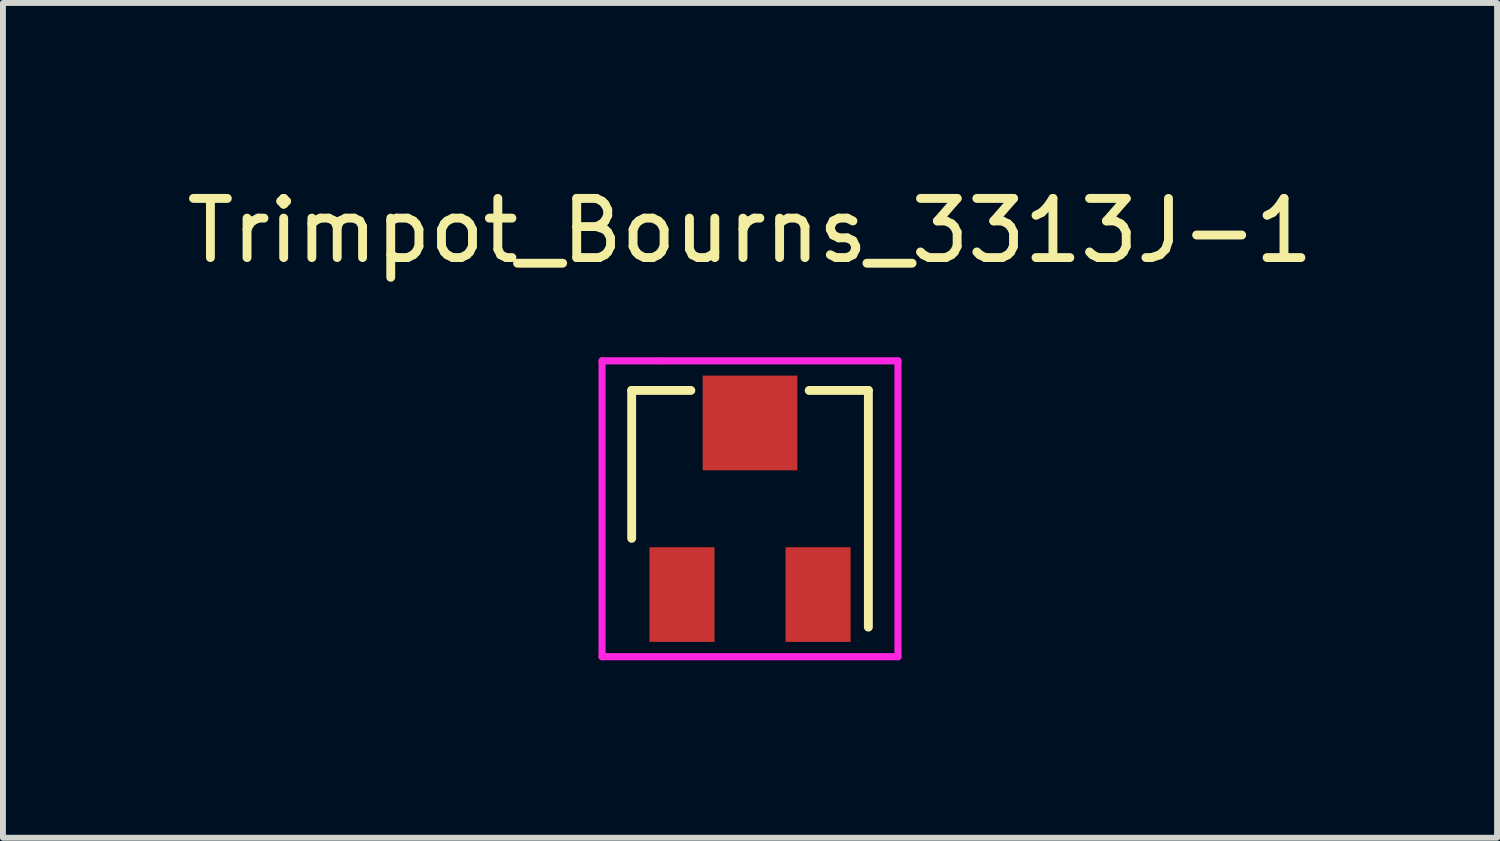
<source format=kicad_pcb>
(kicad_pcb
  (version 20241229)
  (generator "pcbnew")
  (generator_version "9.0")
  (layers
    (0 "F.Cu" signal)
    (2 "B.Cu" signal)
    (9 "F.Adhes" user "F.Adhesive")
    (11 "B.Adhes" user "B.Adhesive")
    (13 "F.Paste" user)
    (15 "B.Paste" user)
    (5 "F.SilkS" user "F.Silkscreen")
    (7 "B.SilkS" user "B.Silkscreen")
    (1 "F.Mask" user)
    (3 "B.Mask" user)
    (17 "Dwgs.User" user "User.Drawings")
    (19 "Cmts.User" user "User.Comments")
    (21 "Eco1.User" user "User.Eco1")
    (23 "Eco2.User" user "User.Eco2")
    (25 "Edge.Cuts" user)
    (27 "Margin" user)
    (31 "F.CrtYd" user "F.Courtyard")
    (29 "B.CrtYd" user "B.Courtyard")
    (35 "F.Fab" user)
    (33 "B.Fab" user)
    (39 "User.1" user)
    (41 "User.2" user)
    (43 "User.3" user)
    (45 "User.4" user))
  (footprint "Trimpot_Bourns_3313J-1"
    (layer "F.Cu")
    (at 9.625 5.548)
    (property "Reference" "Trimpot_Bourns_3313J-1" (at 0 -4.7 0) (layer "F.SilkS") (effects (font (size 1 1) (thickness 0.15))))
    (attr through_hole)
    (fp_line (start -2 -2) (end -2 0.5) (stroke (width 0.15) (type solid)) (layer "F.SilkS"))
    (fp_line (start -1 -2) (end -2 -2) (stroke (width 0.15) (type solid)) (layer "F.SilkS"))
    (fp_line (start 1 -2) (end 2 -2) (stroke (width 0.15) (type solid)) (layer "F.SilkS"))
    (fp_line (start 2 -2) (end 2 2) (stroke (width 0.15) (type solid)) (layer "F.SilkS"))
    (fp_line (start -2.5 -2.5) (end -1.5 -2.5) (stroke (width 0.12) (type solid)) (layer "F.CrtYd"))
    (fp_line (start -2.5 2.5) (end -2.5 -2.5) (stroke (width 0.12) (type solid)) (layer "F.CrtYd"))
    (fp_line (start -1.5 -2.5) (end 2.5 -2.5) (stroke (width 0.12) (type solid)) (layer "F.CrtYd"))
    (fp_line (start 2.5 -2.5) (end 2.5 2.5) (stroke (width 0.12) (type solid)) (layer "F.CrtYd"))
    (fp_line (start 2.5 2.5) (end -2.5 2.5) (stroke (width 0.12) (type solid)) (layer "F.CrtYd"))
    (pad "1" smd rect (at 1.15 1.45) (size 1.1 1.6) (layers "F.Cu" "F.Mask" "F.Paste"))
    (pad "2" smd rect (at 0 -1.45) (size 1.6 1.6) (layers "F.Cu" "F.Mask" "F.Paste"))
    (pad "3" smd rect (at -1.15 1.45) (size 1.1 1.6) (layers "F.Cu" "F.Mask" "F.Paste")))
  (gr_rect
    (start -3 -3)
    (end 22.25 11.108)
    (stroke (width 0.1) (type default))
    (fill no)
    (layer "Edge.Cuts")))
</source>
